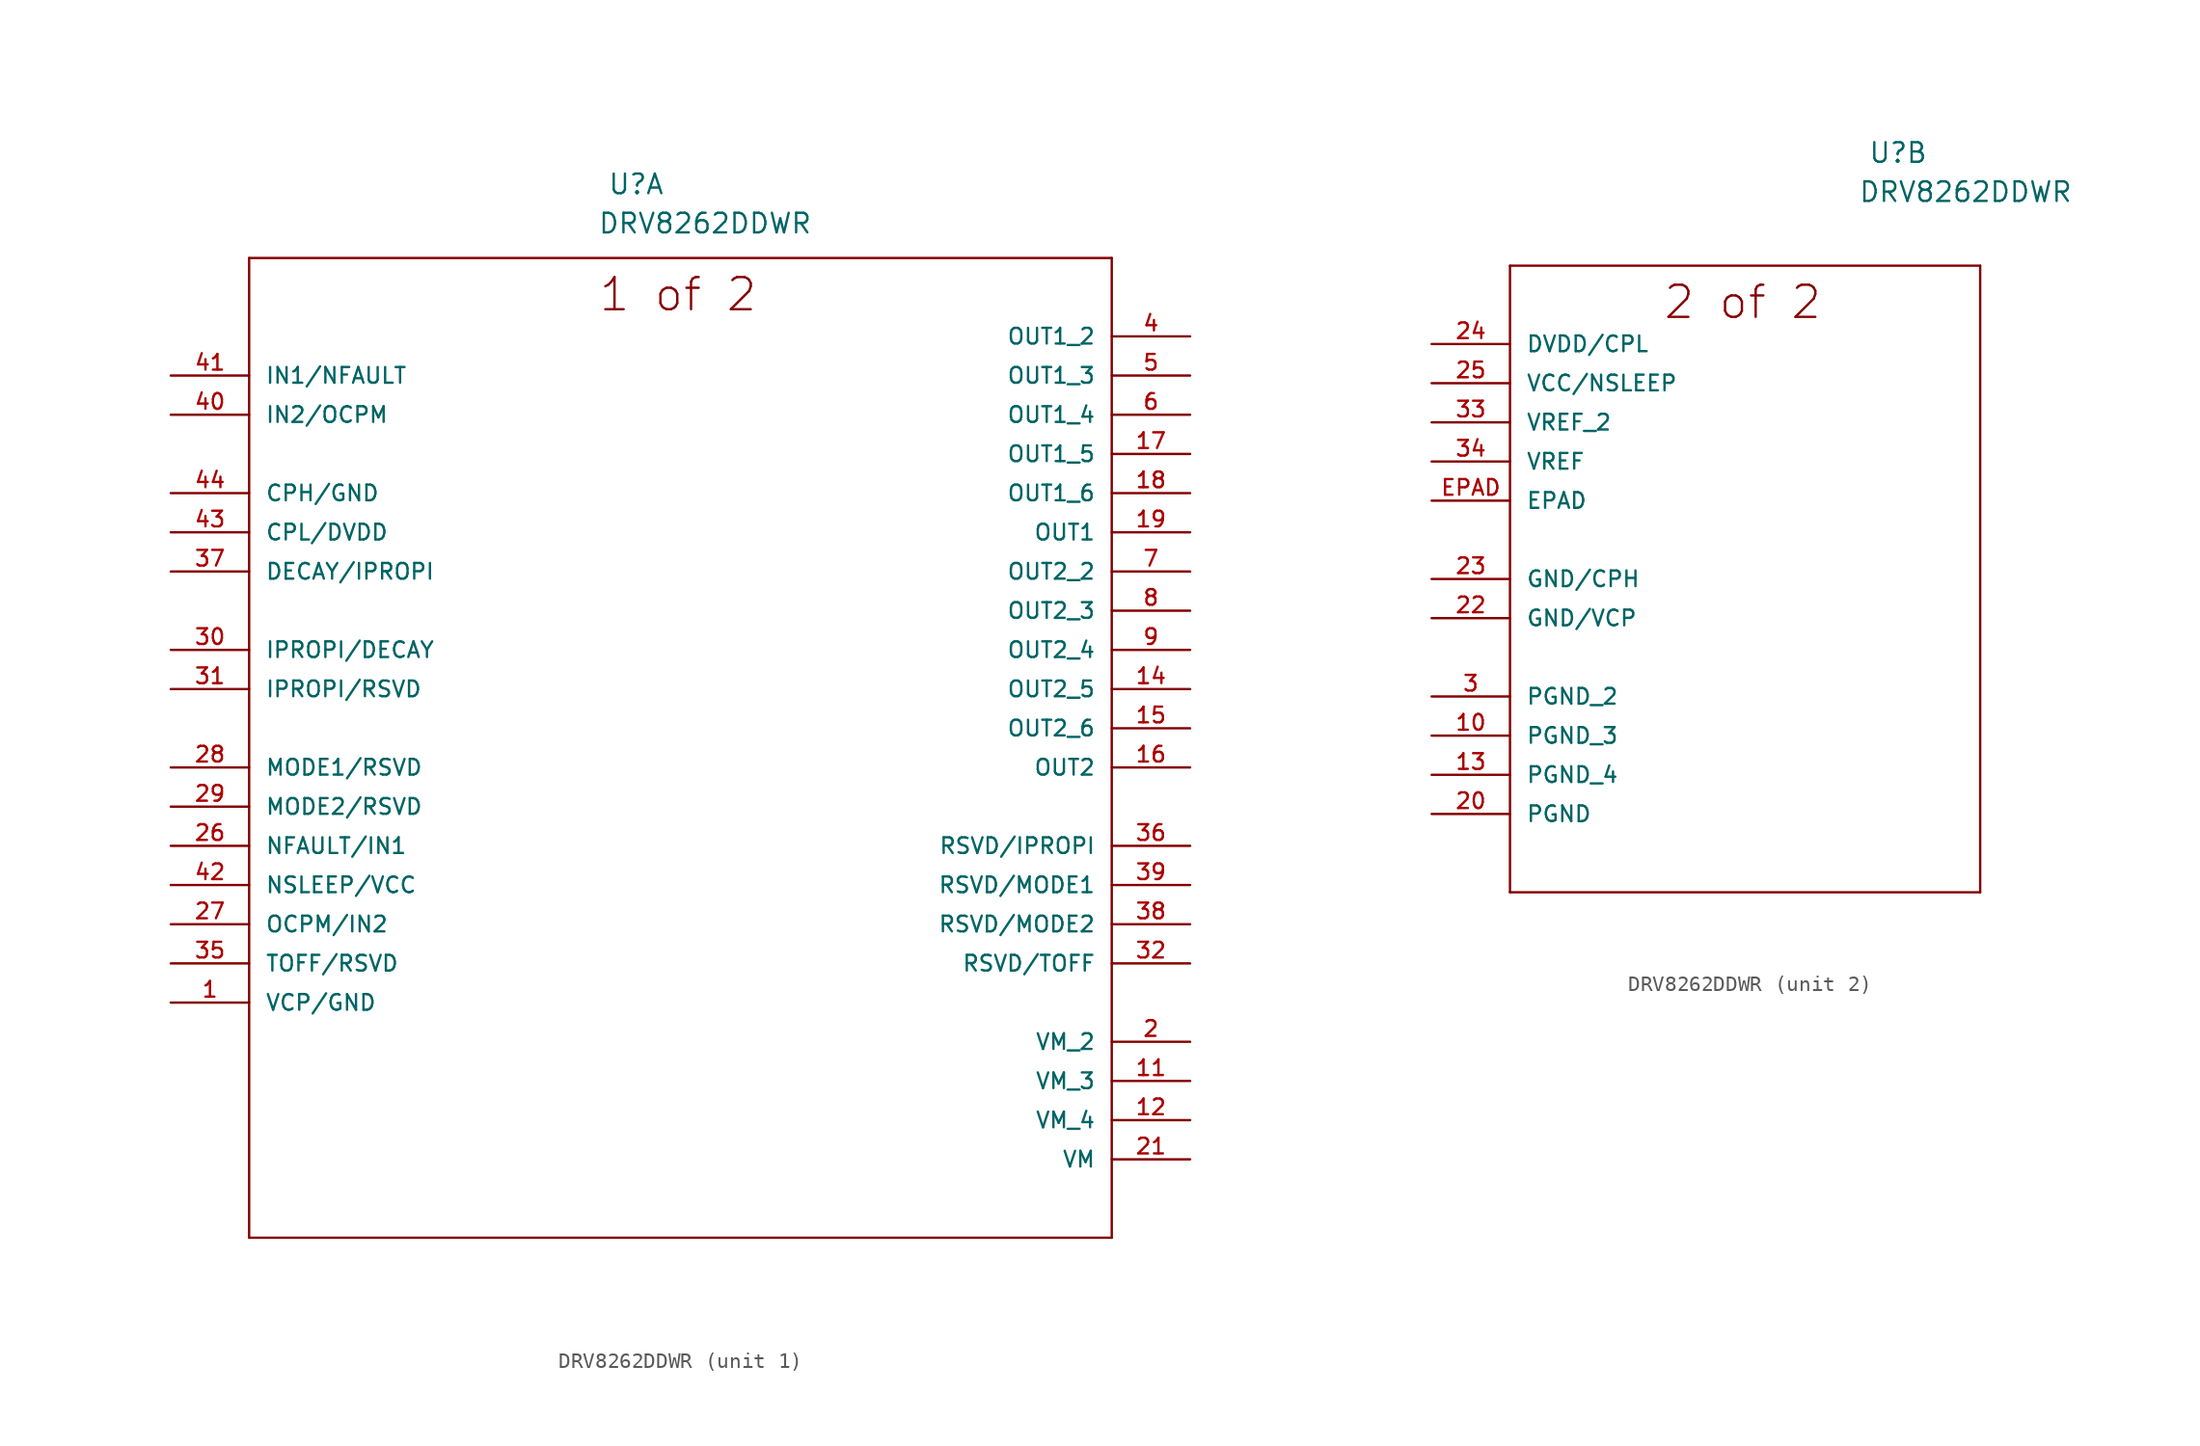
<source format=kicad_sym>
(kicad_symbol_lib
  (version 20211014)
  (generator kicad_symbol_editor)
  (symbol "DRV8262DDWR"
    (pin_names
      (offset 1.016))
    (property "Reference" "U"
      (at 30.835 11.659 0)
      (effects (font (size 1.27 1.27)) (justify bottom left)))
    (property "Value" "DRV8262DDWR"
      (at 30.195 9.119 0)
      (effects (font (size 1.27 1.27)) (justify bottom left)))
    (symbol "DRV8262DDWR_1_0"
      (polyline (pts (xy 7.62 7.62) (xy 7.62 -55.88)) (stroke (width 0.152)))
      (polyline (pts (xy 7.62 -55.88) (xy 63.5 -55.88)) (stroke (width 0.152)))
      (polyline (pts (xy 63.5 -55.88) (xy 63.5 7.62)) (stroke (width 0.152)))
      (polyline (pts (xy 63.5 7.62) (xy 7.62 7.62)) (stroke (width 0.152)))
      (text "1 of 2" (at 30.195 4.039 0) (effects (font (size 2.083 2.083)) (justify bottom left)))
      (pin passive line (at 2.54 0.0 0) (length 5.08) (name "IN1/NFAULT" (effects (font (size 1.016 1.016)))) (number "41" (effects (font (size 1.016 1.016)))))
      (pin passive line (at 2.54 -2.54 0) (length 5.08) (name "IN2/OCPM" (effects (font (size 1.016 1.016)))) (number "40" (effects (font (size 1.016 1.016)))))
      (pin passive line (at 2.54 -7.62 0) (length 5.08) (name "CPH/GND" (effects (font (size 1.016 1.016)))) (number "44" (effects (font (size 1.016 1.016)))))
      (pin passive line (at 2.54 -10.16 0) (length 5.08) (name "CPL/DVDD" (effects (font (size 1.016 1.016)))) (number "43" (effects (font (size 1.016 1.016)))))
      (pin passive line (at 2.54 -12.7 0) (length 5.08) (name "DECAY/IPROPI" (effects (font (size 1.016 1.016)))) (number "37" (effects (font (size 1.016 1.016)))))
      (pin passive line (at 2.54 -17.78 0) (length 5.08) (name "IPROPI/DECAY" (effects (font (size 1.016 1.016)))) (number "30" (effects (font (size 1.016 1.016)))))
      (pin passive line (at 2.54 -20.32 0) (length 5.08) (name "IPROPI/RSVD" (effects (font (size 1.016 1.016)))) (number "31" (effects (font (size 1.016 1.016)))))
      (pin passive line (at 2.54 -25.4 0) (length 5.08) (name "MODE1/RSVD" (effects (font (size 1.016 1.016)))) (number "28" (effects (font (size 1.016 1.016)))))
      (pin passive line (at 2.54 -27.94 0) (length 5.08) (name "MODE2/RSVD" (effects (font (size 1.016 1.016)))) (number "29" (effects (font (size 1.016 1.016)))))
      (pin passive line (at 2.54 -30.48 0) (length 5.08) (name "NFAULT/IN1" (effects (font (size 1.016 1.016)))) (number "26" (effects (font (size 1.016 1.016)))))
      (pin passive line (at 2.54 -33.02 0) (length 5.08) (name "NSLEEP/VCC" (effects (font (size 1.016 1.016)))) (number "42" (effects (font (size 1.016 1.016)))))
      (pin passive line (at 2.54 -35.56 0) (length 5.08) (name "OCPM/IN2" (effects (font (size 1.016 1.016)))) (number "27" (effects (font (size 1.016 1.016)))))
      (pin passive line (at 2.54 -38.1 0) (length 5.08) (name "TOFF/RSVD" (effects (font (size 1.016 1.016)))) (number "35" (effects (font (size 1.016 1.016)))))
      (pin passive line (at 2.54 -40.64 0) (length 5.08) (name "VCP/GND" (effects (font (size 1.016 1.016)))) (number "1" (effects (font (size 1.016 1.016)))))
      (pin output line (at 68.58 2.54 180.0) (length 5.08) (name "OUT1_2" (effects (font (size 1.016 1.016)))) (number "4" (effects (font (size 1.016 1.016)))))
      (pin output line (at 68.58 0.0 180.0) (length 5.08) (name "OUT1_3" (effects (font (size 1.016 1.016)))) (number "5" (effects (font (size 1.016 1.016)))))
      (pin output line (at 68.58 -2.54 180.0) (length 5.08) (name "OUT1_4" (effects (font (size 1.016 1.016)))) (number "6" (effects (font (size 1.016 1.016)))))
      (pin output line (at 68.58 -5.08 180.0) (length 5.08) (name "OUT1_5" (effects (font (size 1.016 1.016)))) (number "17" (effects (font (size 1.016 1.016)))))
      (pin output line (at 68.58 -7.62 180.0) (length 5.08) (name "OUT1_6" (effects (font (size 1.016 1.016)))) (number "18" (effects (font (size 1.016 1.016)))))
      (pin output line (at 68.58 -10.16 180.0) (length 5.08) (name "OUT1" (effects (font (size 1.016 1.016)))) (number "19" (effects (font (size 1.016 1.016)))))
      (pin output line (at 68.58 -12.7 180.0) (length 5.08) (name "OUT2_2" (effects (font (size 1.016 1.016)))) (number "7" (effects (font (size 1.016 1.016)))))
      (pin output line (at 68.58 -15.24 180.0) (length 5.08) (name "OUT2_3" (effects (font (size 1.016 1.016)))) (number "8" (effects (font (size 1.016 1.016)))))
      (pin output line (at 68.58 -17.78 180.0) (length 5.08) (name "OUT2_4" (effects (font (size 1.016 1.016)))) (number "9" (effects (font (size 1.016 1.016)))))
      (pin output line (at 68.58 -20.32 180.0) (length 5.08) (name "OUT2_5" (effects (font (size 1.016 1.016)))) (number "14" (effects (font (size 1.016 1.016)))))
      (pin output line (at 68.58 -22.86 180.0) (length 5.08) (name "OUT2_6" (effects (font (size 1.016 1.016)))) (number "15" (effects (font (size 1.016 1.016)))))
      (pin output line (at 68.58 -25.4 180.0) (length 5.08) (name "OUT2" (effects (font (size 1.016 1.016)))) (number "16" (effects (font (size 1.016 1.016)))))
      (pin passive line (at 68.58 -30.48 180.0) (length 5.08) (name "RSVD/IPROPI" (effects (font (size 1.016 1.016)))) (number "36" (effects (font (size 1.016 1.016)))))
      (pin passive line (at 68.58 -33.02 180.0) (length 5.08) (name "RSVD/MODE1" (effects (font (size 1.016 1.016)))) (number "39" (effects (font (size 1.016 1.016)))))
      (pin passive line (at 68.58 -35.56 180.0) (length 5.08) (name "RSVD/MODE2" (effects (font (size 1.016 1.016)))) (number "38" (effects (font (size 1.016 1.016)))))
      (pin passive line (at 68.58 -38.1 180.0) (length 5.08) (name "RSVD/TOFF" (effects (font (size 1.016 1.016)))) (number "32" (effects (font (size 1.016 1.016)))))
      (pin passive line (at 68.58 -43.18 180.0) (length 5.08) (name "VM_2" (effects (font (size 1.016 1.016)))) (number "2" (effects (font (size 1.016 1.016)))))
      (pin passive line (at 68.58 -45.72 180.0) (length 5.08) (name "VM_3" (effects (font (size 1.016 1.016)))) (number "11" (effects (font (size 1.016 1.016)))))
      (pin passive line (at 68.58 -48.26 180.0) (length 5.08) (name "VM_4" (effects (font (size 1.016 1.016)))) (number "12" (effects (font (size 1.016 1.016)))))
      (pin passive line (at 68.58 -50.8 180.0) (length 5.08) (name "VM" (effects (font (size 1.016 1.016)))) (number "21" (effects (font (size 1.016 1.016))))))
    (symbol "DRV8262DDWR_2_0"
      (polyline (pts (xy 7.62 5.08) (xy 7.62 -35.56)) (stroke (width 0.152)))
      (polyline (pts (xy 7.62 -35.56) (xy 38.1 -35.56)) (stroke (width 0.152)))
      (polyline (pts (xy 38.1 -35.56) (xy 38.1 5.08)) (stroke (width 0.152)))
      (polyline (pts (xy 38.1 5.08) (xy 7.62 5.08)) (stroke (width 0.152)))
      (text "2 of 2" (at 17.495 1.499 0) (effects (font (size 2.083 2.083)) (justify bottom left)))
      (pin passive line (at 2.54 0.0 0) (length 5.08) (name "DVDD/CPL" (effects (font (size 1.016 1.016)))) (number "24" (effects (font (size 1.016 1.016)))))
      (pin passive line (at 2.54 -2.54 0) (length 5.08) (name "VCC/NSLEEP" (effects (font (size 1.016 1.016)))) (number "25" (effects (font (size 1.016 1.016)))))
      (pin power_in line (at 2.54 -5.08 0) (length 5.08) (name "VREF_2" (effects (font (size 1.016 1.016)))) (number "33" (effects (font (size 1.016 1.016)))))
      (pin power_in line (at 2.54 -7.62 0) (length 5.08) (name "VREF" (effects (font (size 1.016 1.016)))) (number "34" (effects (font (size 1.016 1.016)))))
      (pin passive line (at 2.54 -10.16 0) (length 5.08) (name "EPAD" (effects (font (size 1.016 1.016)))) (number "EPAD" (effects (font (size 1.016 1.016)))))
      (pin passive line (at 2.54 -15.24 0) (length 5.08) (name "GND/CPH" (effects (font (size 1.016 1.016)))) (number "23" (effects (font (size 1.016 1.016)))))
      (pin passive line (at 2.54 -17.78 0) (length 5.08) (name "GND/VCP" (effects (font (size 1.016 1.016)))) (number "22" (effects (font (size 1.016 1.016)))))
      (pin passive line (at 2.54 -22.86 0) (length 5.08) (name "PGND_2" (effects (font (size 1.016 1.016)))) (number "3" (effects (font (size 1.016 1.016)))))
      (pin passive line (at 2.54 -25.4 0) (length 5.08) (name "PGND_3" (effects (font (size 1.016 1.016)))) (number "10" (effects (font (size 1.016 1.016)))))
      (pin passive line (at 2.54 -27.94 0) (length 5.08) (name "PGND_4" (effects (font (size 1.016 1.016)))) (number "13" (effects (font (size 1.016 1.016)))))
      (pin passive line (at 2.54 -30.48 0) (length 5.08) (name "PGND" (effects (font (size 1.016 1.016)))) (number "20" (effects (font (size 1.016 1.016))))))))
</source>
